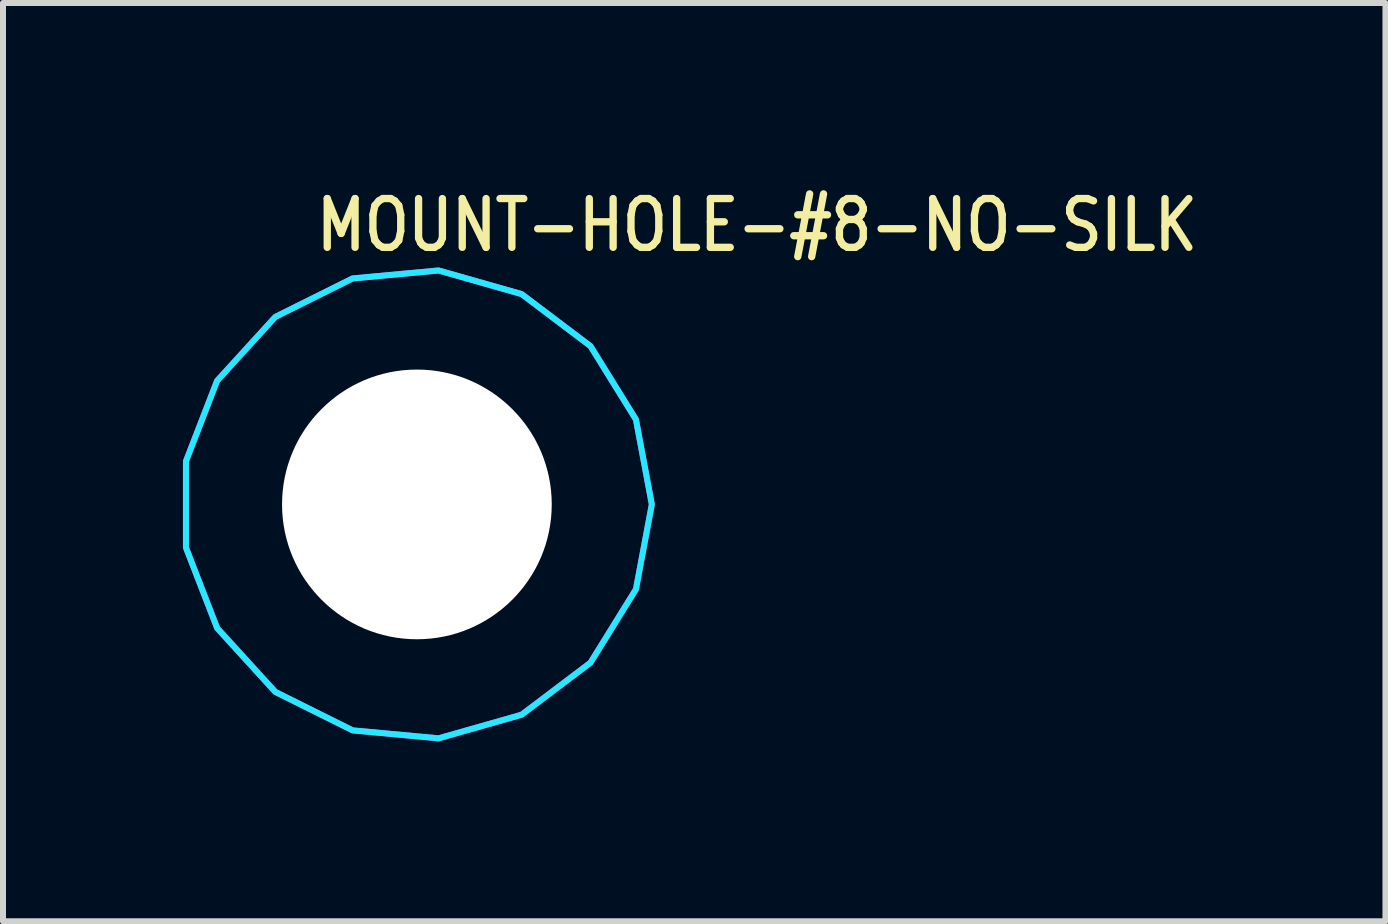
<source format=kicad_pcb>
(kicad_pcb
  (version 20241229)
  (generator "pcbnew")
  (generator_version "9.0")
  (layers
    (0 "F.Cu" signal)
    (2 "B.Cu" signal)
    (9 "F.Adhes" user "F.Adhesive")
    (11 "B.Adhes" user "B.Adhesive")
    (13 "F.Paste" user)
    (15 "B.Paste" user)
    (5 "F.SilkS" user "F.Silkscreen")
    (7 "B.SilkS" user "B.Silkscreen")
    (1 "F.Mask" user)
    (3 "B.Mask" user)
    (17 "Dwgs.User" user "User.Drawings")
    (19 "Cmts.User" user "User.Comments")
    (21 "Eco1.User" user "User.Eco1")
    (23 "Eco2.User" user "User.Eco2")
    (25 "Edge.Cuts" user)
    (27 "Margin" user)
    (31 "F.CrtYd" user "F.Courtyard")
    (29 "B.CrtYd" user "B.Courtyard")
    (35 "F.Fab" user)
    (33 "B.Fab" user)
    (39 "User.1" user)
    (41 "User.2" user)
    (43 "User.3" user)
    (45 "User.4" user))
  (footprint "MOUNT-HOLE-#8-NO-SILK"
    (layer "F.Cu")
    (at 3.9 5.359)
    (property "Reference" "MOUNT-HOLE-#8-NO-SILK" (at -1.74 -4.18 0) (unlocked yes) (layer "F.SilkS") (effects (font (size 0.813 0.695) (thickness 0.122)) (justify left bottom)))
    (fp_circle (center 0 0) (end 3.683 0) (stroke (width 0) (type solid)) (fill yes) (layer "F.Mask"))
    (fp_circle (center 0 0) (end 3.85 0) (stroke (width 0) (type solid)) (fill yes) (layer "F.Mask"))
    (fp_circle (center 0 0) (end 3.85 0) (stroke (width 0) (type solid)) (fill yes) (layer "F.Mask"))
    (fp_circle (center 0 0) (end 3.683 0) (stroke (width 0) (type solid)) (fill yes) (layer "B.Mask"))
    (fp_circle (center 0 0) (end 3.85 0) (stroke (width 0) (type solid)) (fill yes) (layer "B.Mask"))
    (fp_poly (pts (xy 3.917 0) (xy 3.652 -1.415) (xy 2.894 -2.639) (xy 1.746 -3.506) (xy 0.361 -3.9) (xy -1.072 -3.767) (xy -2.36 -3.126) (xy -3.33 -2.062) (xy -3.85 -0.72) (xy -3.85 0.72) (xy -3.33 2.062) (xy -2.36 3.126) (xy -1.072 3.767) (xy 0.361 3.9) (xy 1.746 3.506) (xy 2.894 2.639) (xy 3.652 1.415)) (stroke (width 0.1) (type solid)) (fill no) (layer "B.CrtYd"))
    (fp_poly (pts (xy 3.917 0) (xy 3.652 -1.415) (xy 2.894 -2.639) (xy 1.746 -3.506) (xy 0.361 -3.9) (xy -1.072 -3.767) (xy -2.36 -3.126) (xy -3.33 -2.062) (xy -3.85 -0.72) (xy -3.85 0.72) (xy -3.33 2.062) (xy -2.36 3.126) (xy -1.072 3.767) (xy 0.361 3.9) (xy 1.746 3.506) (xy 2.894 2.639) (xy 3.652 1.415)) (stroke (width 0.1) (type solid)) (fill no) (layer "F.CrtYd"))
    (pad "" np_thru_hole circle (at 0 0) (size 4.496 4.496) (drill 4.496) (layers "*.Cu" "*.Mask")))
  (gr_rect
    (start -3 -3)
    (end 20.047 12.309)
    (stroke (width 0.1) (type default))
    (fill no)
    (layer "Edge.Cuts")))
</source>
